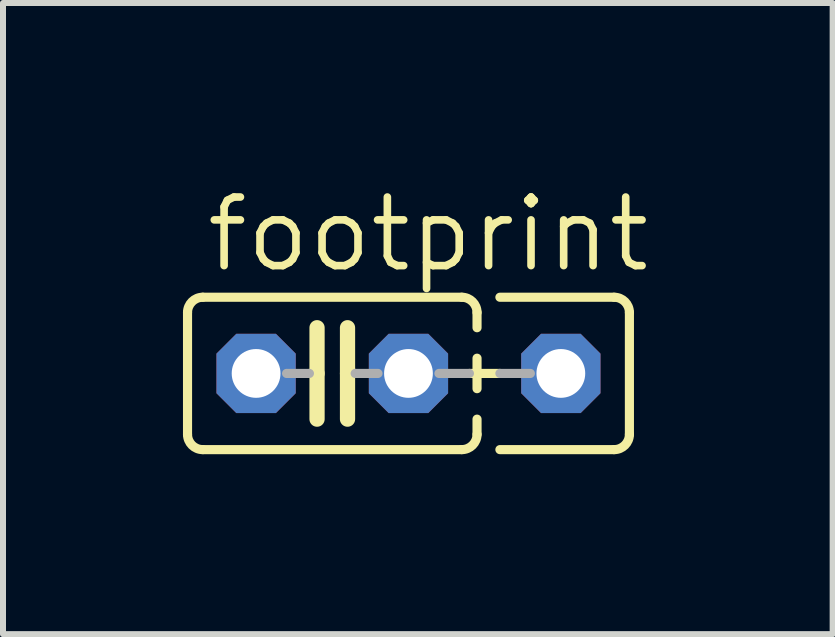
<source format=kicad_pcb>
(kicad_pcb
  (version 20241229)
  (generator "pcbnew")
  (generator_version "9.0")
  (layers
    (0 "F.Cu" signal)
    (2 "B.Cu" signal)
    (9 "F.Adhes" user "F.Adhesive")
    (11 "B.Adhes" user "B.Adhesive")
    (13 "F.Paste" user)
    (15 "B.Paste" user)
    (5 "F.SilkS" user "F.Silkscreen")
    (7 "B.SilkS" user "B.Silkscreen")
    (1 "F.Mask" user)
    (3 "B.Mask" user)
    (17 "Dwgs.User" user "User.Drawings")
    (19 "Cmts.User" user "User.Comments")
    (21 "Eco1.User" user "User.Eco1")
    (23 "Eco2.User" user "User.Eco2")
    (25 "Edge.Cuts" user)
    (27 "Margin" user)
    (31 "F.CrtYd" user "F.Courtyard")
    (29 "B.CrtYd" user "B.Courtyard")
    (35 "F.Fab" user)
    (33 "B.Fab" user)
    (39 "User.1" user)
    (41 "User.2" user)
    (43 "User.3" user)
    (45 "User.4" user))
  (footprint "footprint"
    (layer "F.Cu")
    (at 2.489 3.175)
    (property "Reference" "footprint" (at -2.159 -1.651 0) (layer "F.SilkS") (effects (font (size 1.143 1.143) (thickness 0.127)) (justify left bottom)))
    (fp_line (start -2.413 -1.016) (end -2.413 1.016) (stroke (width 0.152) (type solid)) (layer "F.SilkS"))
    (fp_line (start -2.159 -1.27) (end 2.159 -1.27) (stroke (width 0.152) (type solid)) (layer "F.SilkS"))
    (fp_line (start -0.254 -0.762) (end -0.254 0) (stroke (width 0.254) (type solid)) (layer "F.SilkS"))
    (fp_line (start -0.254 0) (end -0.381 0) (stroke (width 0.152) (type solid)) (layer "F.SilkS"))
    (fp_line (start -0.254 0) (end -0.254 0.762) (stroke (width 0.254) (type solid)) (layer "F.SilkS"))
    (fp_line (start 0.254 0) (end 0.254 -0.762) (stroke (width 0.254) (type solid)) (layer "F.SilkS"))
    (fp_line (start 0.254 0) (end 0.254 0.762) (stroke (width 0.254) (type solid)) (layer "F.SilkS"))
    (fp_line (start 0.381 0) (end 0.254 0) (stroke (width 0.152) (type solid)) (layer "F.SilkS"))
    (fp_line (start 2.159 1.27) (end -2.159 1.27) (stroke (width 0.152) (type solid)) (layer "F.SilkS"))
    (fp_line (start 2.286 0) (end 2.794 0) (stroke (width 0.152) (type solid)) (layer "F.SilkS"))
    (fp_line (start 2.413 -1.016) (end 2.413 -0.762) (stroke (width 0.152) (type solid)) (layer "F.SilkS"))
    (fp_line (start 2.413 -0.254) (end 2.413 0.254) (stroke (width 0.152) (type solid)) (layer "F.SilkS"))
    (fp_line (start 2.413 0.762) (end 2.413 1.016) (stroke (width 0.152) (type solid)) (layer "F.SilkS"))
    (fp_line (start 2.794 -1.27) (end 4.699 -1.27) (stroke (width 0.152) (type solid)) (layer "F.SilkS"))
    (fp_line (start 4.699 1.27) (end 2.794 1.27) (stroke (width 0.152) (type solid)) (layer "F.SilkS"))
    (fp_line (start 4.953 -1.016) (end 4.953 1.016) (stroke (width 0.152) (type solid)) (layer "F.SilkS"))
    (fp_arc (start -2.413 -1.016) (mid -2.338605 -1.195605) (end -2.159 -1.27) (stroke (width 0.1524) (type solid)) (layer "F.SilkS"))
    (fp_arc (start -2.159 1.27) (mid -2.338605 1.195605) (end -2.413 1.016) (stroke (width 0.1524) (type solid)) (layer "F.SilkS"))
    (fp_arc (start 2.159 -1.27) (mid 2.338605 -1.195605) (end 2.413 -1.016) (stroke (width 0.1524) (type solid)) (layer "F.SilkS"))
    (fp_arc (start 2.413 1.016) (mid 2.338605 1.195605) (end 2.159 1.27) (stroke (width 0.1524) (type solid)) (layer "F.SilkS"))
    (fp_arc (start 4.699 -1.27) (mid 4.878605 -1.195605) (end 4.953 -1.016) (stroke (width 0.1524) (type solid)) (layer "F.SilkS"))
    (fp_arc (start 4.953 1.016) (mid 4.878605 1.195605) (end 4.699 1.27) (stroke (width 0.1524) (type solid)) (layer "F.SilkS"))
    (fp_line (start -0.381 0) (end -0.762 0) (stroke (width 0.152) (type solid)) (layer "F.Fab"))
    (fp_line (start 0.762 0) (end 0.381 0) (stroke (width 0.152) (type solid)) (layer "F.Fab"))
    (fp_line (start 1.778 0) (end 2.286 0) (stroke (width 0.152) (type solid)) (layer "F.Fab"))
    (fp_line (start 2.794 0) (end 3.302 0) (stroke (width 0.152) (type solid)) (layer "F.Fab"))
    (pad "1" thru_hole roundrect (at -1.27 0) (size 1.321 1.321) (drill 0.813) (layers "*.Cu" "*.Mask") (roundrect_rratio 0.25) (chamfer_ratio 0.25) (chamfer top_left top_right bottom_left bottom_right))
    (pad "2" thru_hole roundrect (at 1.27 0) (size 1.321 1.321) (drill 0.813) (layers "*.Cu" "*.Mask") (roundrect_rratio 0.25) (chamfer_ratio 0.25) (chamfer top_left top_right bottom_left bottom_right))
    (pad "3" thru_hole roundrect (at 3.81 0) (size 1.321 1.321) (drill 0.813) (layers "*.Cu" "*.Mask") (roundrect_rratio 0.25) (chamfer_ratio 0.25) (chamfer top_left top_right bottom_left bottom_right)))
  (gr_rect
    (start -3 -3)
    (end 10.83 7.521)
    (stroke (width 0.1) (type default))
    (fill no)
    (layer "Edge.Cuts")))
</source>
